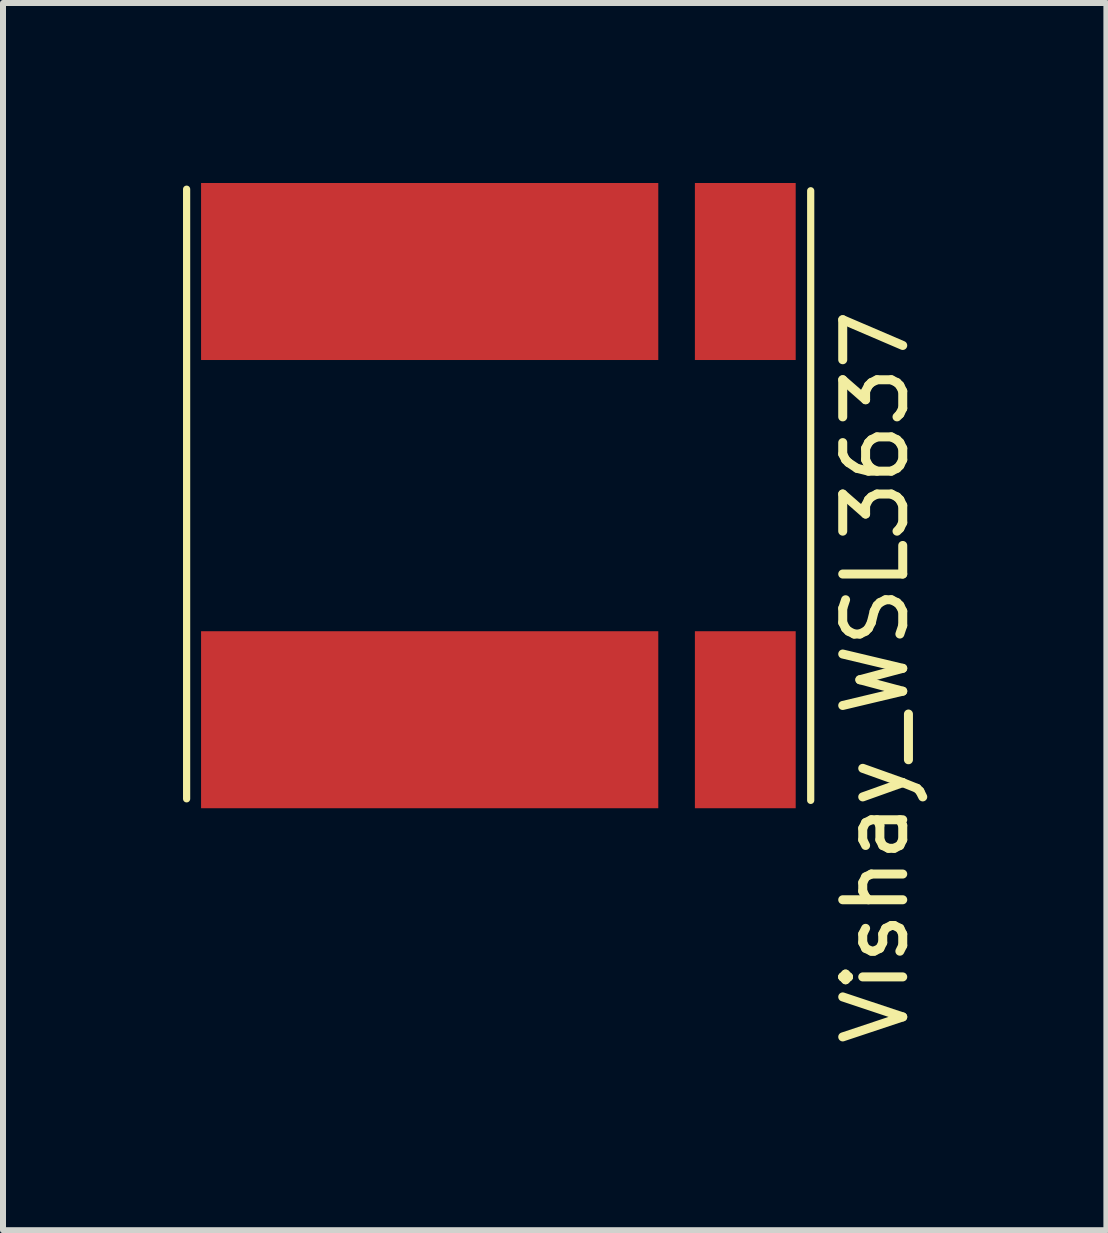
<source format=kicad_pcb>
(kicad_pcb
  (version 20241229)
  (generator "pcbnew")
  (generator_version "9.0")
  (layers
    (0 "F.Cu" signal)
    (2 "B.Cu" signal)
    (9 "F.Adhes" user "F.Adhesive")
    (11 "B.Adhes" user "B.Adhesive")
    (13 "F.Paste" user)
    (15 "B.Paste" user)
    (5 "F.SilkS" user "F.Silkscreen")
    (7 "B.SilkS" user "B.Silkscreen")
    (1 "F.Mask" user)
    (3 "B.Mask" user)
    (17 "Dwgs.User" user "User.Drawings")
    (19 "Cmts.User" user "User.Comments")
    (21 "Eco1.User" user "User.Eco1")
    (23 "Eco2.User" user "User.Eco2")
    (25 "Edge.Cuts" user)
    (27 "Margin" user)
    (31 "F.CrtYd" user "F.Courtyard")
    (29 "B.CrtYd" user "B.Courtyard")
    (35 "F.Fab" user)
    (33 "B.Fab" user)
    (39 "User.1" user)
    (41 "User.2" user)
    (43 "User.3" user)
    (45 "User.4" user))
  (footprint "Vishay_WSL3637"
    (layer "F.Cu")
    (at 4.111 1.475)
    (property "Reference" "Vishay_WSL3637" (at 7.429 6.756 90) (layer "F.SilkS") (effects (font (size 1 1) (thickness 0.15))))
    (attr through_hole)
    (fp_line (start -4.051 -1.372) (end -4.051 8.788) (stroke (width 0.12) (type solid)) (layer "F.SilkS"))
    (fp_line (start 6.35 -1.346) (end 6.35 8.814) (stroke (width 0.12) (type solid)) (layer "F.SilkS"))
    (pad "1" smd rect (at 0 0) (size 7.62 2.95) (layers "F.Cu" "F.Mask" "F.Paste"))
    (pad "2" smd rect (at 5.26 0) (size 1.68 2.95) (layers "F.Cu" "F.Mask" "F.Paste"))
    (pad "3" smd rect (at 5.26 7.47) (size 1.68 2.95) (layers "F.Cu" "F.Mask" "F.Paste"))
    (pad "4" smd rect (at 0 7.47) (size 7.62 2.95) (layers "F.Cu" "F.Mask" "F.Paste")))
  (gr_rect
    (start -3 -3)
    (end 15.389 17.452)
    (stroke (width 0.1) (type default))
    (fill no)
    (layer "Edge.Cuts")))
</source>
